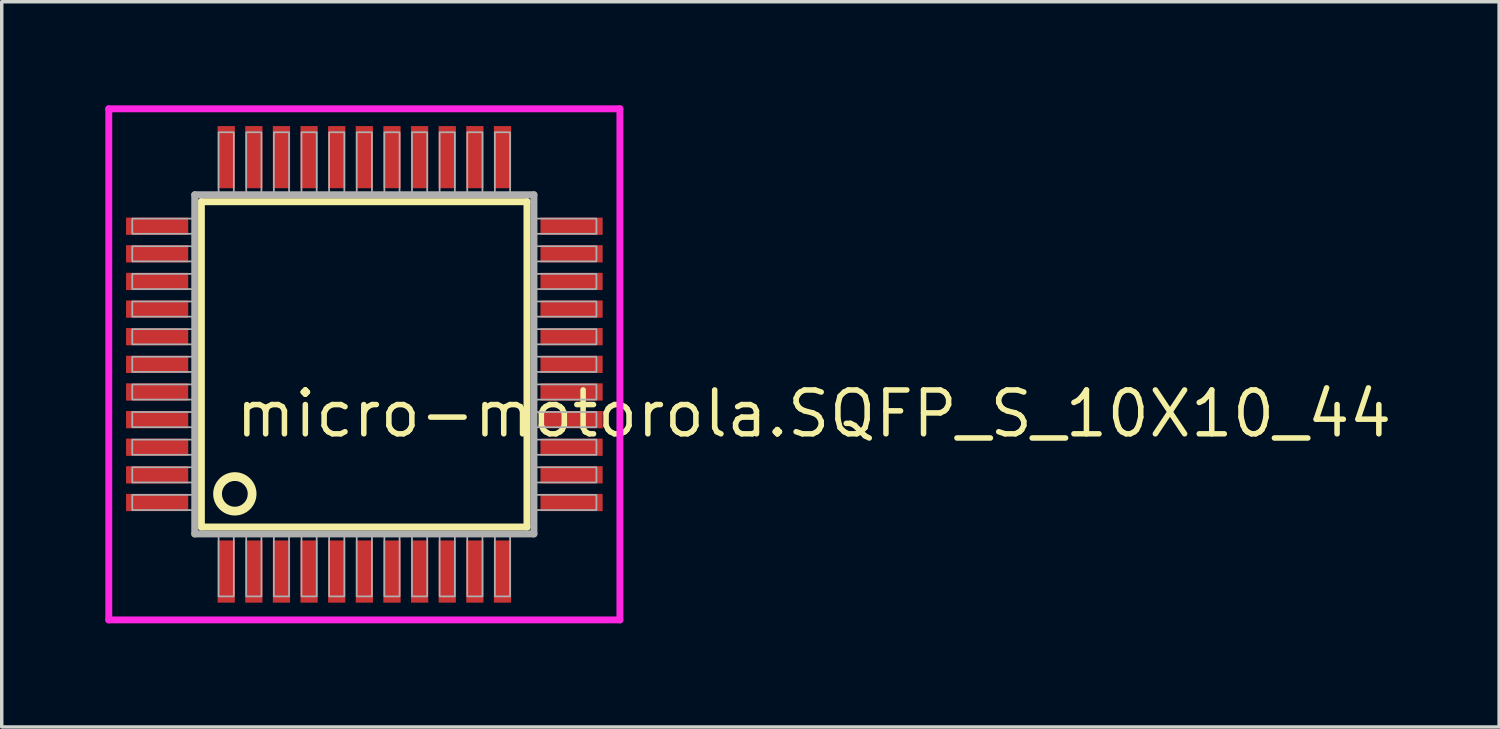
<source format=kicad_pcb>
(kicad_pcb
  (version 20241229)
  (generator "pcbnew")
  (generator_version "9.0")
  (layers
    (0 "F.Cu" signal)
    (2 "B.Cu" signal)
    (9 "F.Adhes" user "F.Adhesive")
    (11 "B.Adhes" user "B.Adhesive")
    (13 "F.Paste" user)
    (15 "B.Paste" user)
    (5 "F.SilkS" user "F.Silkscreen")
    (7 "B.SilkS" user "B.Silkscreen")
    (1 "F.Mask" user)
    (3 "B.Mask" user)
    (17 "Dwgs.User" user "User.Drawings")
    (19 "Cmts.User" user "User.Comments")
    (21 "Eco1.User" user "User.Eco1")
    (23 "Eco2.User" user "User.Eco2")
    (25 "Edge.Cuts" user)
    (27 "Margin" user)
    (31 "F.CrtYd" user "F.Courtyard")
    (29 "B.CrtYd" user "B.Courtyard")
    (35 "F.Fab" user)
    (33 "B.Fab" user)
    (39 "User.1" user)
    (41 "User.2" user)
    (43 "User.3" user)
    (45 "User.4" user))
  (footprint "micro-motorola.SQFP_S_10X10_44"
    (layer "F.Cu")
    (at 7.5 7.5)
    (property "Reference" "micro-motorola.SQFP_S_10X10_44" (at -3.81 2.175 0) (layer "F.SilkS") (effects (font (size 1.27 1.27) (thickness 0.16)) (justify left bottom)))
    (attr smd)
    (fp_line (start -4.72 -4.71) (end 4.71 -4.71) (stroke (width 0.203) (type default)) (layer "F.SilkS"))
    (fp_line (start -4.72 4.71) (end -4.72 -4.71) (stroke (width 0.203) (type default)) (layer "F.SilkS"))
    (fp_line (start 4.71 -4.71) (end 4.71 4.71) (stroke (width 0.203) (type default)) (layer "F.SilkS"))
    (fp_line (start 4.71 4.71) (end -4.72 4.71) (stroke (width 0.203) (type default)) (layer "F.SilkS"))
    (fp_circle (center -3.75 3.75) (end -3.25 3.75) (stroke (width 0.254) (type default)) (fill no) (layer "F.SilkS"))
    (fp_line (start -7.4 -7.4) (end 7.4 -7.4) (stroke (width 0.2) (type default)) (layer "F.CrtYd"))
    (fp_line (start -7.4 7.4) (end -7.4 -7.4) (stroke (width 0.2) (type default)) (layer "F.CrtYd"))
    (fp_line (start 7.4 -7.4) (end 7.4 7.4) (stroke (width 0.2) (type default)) (layer "F.CrtYd"))
    (fp_line (start 7.4 7.4) (end -7.4 7.4) (stroke (width 0.2) (type default)) (layer "F.CrtYd"))
    (fp_line (start -4.91 -4.91) (end -4.91 4.91) (stroke (width 0.203) (type default)) (layer "F.Fab"))
    (fp_line (start -4.91 4.91) (end 4.91 4.91) (stroke (width 0.203) (type default)) (layer "F.Fab"))
    (fp_line (start 4.91 -4.91) (end -4.91 -4.91) (stroke (width 0.203) (type default)) (layer "F.Fab"))
    (fp_line (start 4.91 4.91) (end 4.91 -4.91) (stroke (width 0.203) (type default)) (layer "F.Fab"))
    (fp_rect (start -6.72 -3.78) (end -4.95 -4.22) (stroke (width 0.05) (type default)) (fill no) (layer "F.Fab"))
    (fp_rect (start -6.72 -2.98) (end -4.95 -3.42) (stroke (width 0.05) (type default)) (fill no) (layer "F.Fab"))
    (fp_rect (start -6.72 -2.18) (end -4.95 -2.62) (stroke (width 0.05) (type default)) (fill no) (layer "F.Fab"))
    (fp_rect (start -6.72 -1.38) (end -4.95 -1.82) (stroke (width 0.05) (type default)) (fill no) (layer "F.Fab"))
    (fp_rect (start -6.72 -0.58) (end -4.95 -1.02) (stroke (width 0.05) (type default)) (fill no) (layer "F.Fab"))
    (fp_rect (start -6.72 0.22) (end -4.95 -0.22) (stroke (width 0.05) (type default)) (fill no) (layer "F.Fab"))
    (fp_rect (start -6.72 1.02) (end -4.95 0.58) (stroke (width 0.05) (type default)) (fill no) (layer "F.Fab"))
    (fp_rect (start -6.72 1.82) (end -4.95 1.38) (stroke (width 0.05) (type default)) (fill no) (layer "F.Fab"))
    (fp_rect (start -6.72 2.62) (end -4.95 2.18) (stroke (width 0.05) (type default)) (fill no) (layer "F.Fab"))
    (fp_rect (start -6.72 3.42) (end -4.95 2.98) (stroke (width 0.05) (type default)) (fill no) (layer "F.Fab"))
    (fp_rect (start -6.72 4.22) (end -4.95 3.78) (stroke (width 0.05) (type default)) (fill no) (layer "F.Fab"))
    (fp_rect (start -4.22 -4.95) (end -3.78 -6.72) (stroke (width 0.05) (type default)) (fill no) (layer "F.Fab"))
    (fp_rect (start -4.22 6.72) (end -3.78 4.95) (stroke (width 0.05) (type default)) (fill no) (layer "F.Fab"))
    (fp_rect (start -3.42 -4.95) (end -2.98 -6.72) (stroke (width 0.05) (type default)) (fill no) (layer "F.Fab"))
    (fp_rect (start -3.42 6.72) (end -2.98 4.95) (stroke (width 0.05) (type default)) (fill no) (layer "F.Fab"))
    (fp_rect (start -2.62 -4.95) (end -2.18 -6.72) (stroke (width 0.05) (type default)) (fill no) (layer "F.Fab"))
    (fp_rect (start -2.62 6.72) (end -2.18 4.95) (stroke (width 0.05) (type default)) (fill no) (layer "F.Fab"))
    (fp_rect (start -1.82 -4.95) (end -1.38 -6.72) (stroke (width 0.05) (type default)) (fill no) (layer "F.Fab"))
    (fp_rect (start -1.82 6.72) (end -1.38 4.95) (stroke (width 0.05) (type default)) (fill no) (layer "F.Fab"))
    (fp_rect (start -1.02 -4.95) (end -0.58 -6.72) (stroke (width 0.05) (type default)) (fill no) (layer "F.Fab"))
    (fp_rect (start -1.02 6.72) (end -0.58 4.95) (stroke (width 0.05) (type default)) (fill no) (layer "F.Fab"))
    (fp_rect (start -0.22 -4.95) (end 0.22 -6.72) (stroke (width 0.05) (type default)) (fill no) (layer "F.Fab"))
    (fp_rect (start -0.22 6.72) (end 0.22 4.95) (stroke (width 0.05) (type default)) (fill no) (layer "F.Fab"))
    (fp_rect (start 0.58 -4.95) (end 1.02 -6.72) (stroke (width 0.05) (type default)) (fill no) (layer "F.Fab"))
    (fp_rect (start 0.58 6.72) (end 1.02 4.95) (stroke (width 0.05) (type default)) (fill no) (layer "F.Fab"))
    (fp_rect (start 1.38 -4.95) (end 1.82 -6.72) (stroke (width 0.05) (type default)) (fill no) (layer "F.Fab"))
    (fp_rect (start 1.38 6.72) (end 1.82 4.95) (stroke (width 0.05) (type default)) (fill no) (layer "F.Fab"))
    (fp_rect (start 2.18 -4.95) (end 2.62 -6.72) (stroke (width 0.05) (type default)) (fill no) (layer "F.Fab"))
    (fp_rect (start 2.18 6.72) (end 2.62 4.95) (stroke (width 0.05) (type default)) (fill no) (layer "F.Fab"))
    (fp_rect (start 2.98 -4.95) (end 3.42 -6.72) (stroke (width 0.05) (type default)) (fill no) (layer "F.Fab"))
    (fp_rect (start 2.98 6.72) (end 3.42 4.95) (stroke (width 0.05) (type default)) (fill no) (layer "F.Fab"))
    (fp_rect (start 3.78 -4.95) (end 4.22 -6.72) (stroke (width 0.05) (type default)) (fill no) (layer "F.Fab"))
    (fp_rect (start 3.78 6.72) (end 4.22 4.95) (stroke (width 0.05) (type default)) (fill no) (layer "F.Fab"))
    (fp_rect (start 4.95 -3.78) (end 6.72 -4.22) (stroke (width 0.05) (type default)) (fill no) (layer "F.Fab"))
    (fp_rect (start 4.95 -2.98) (end 6.72 -3.42) (stroke (width 0.05) (type default)) (fill no) (layer "F.Fab"))
    (fp_rect (start 4.95 -2.18) (end 6.72 -2.62) (stroke (width 0.05) (type default)) (fill no) (layer "F.Fab"))
    (fp_rect (start 4.95 -1.38) (end 6.72 -1.82) (stroke (width 0.05) (type default)) (fill no) (layer "F.Fab"))
    (fp_rect (start 4.95 -0.58) (end 6.72 -1.02) (stroke (width 0.05) (type default)) (fill no) (layer "F.Fab"))
    (fp_rect (start 4.95 0.22) (end 6.72 -0.22) (stroke (width 0.05) (type default)) (fill no) (layer "F.Fab"))
    (fp_rect (start 4.95 1.02) (end 6.72 0.58) (stroke (width 0.05) (type default)) (fill no) (layer "F.Fab"))
    (fp_rect (start 4.95 1.82) (end 6.72 1.38) (stroke (width 0.05) (type default)) (fill no) (layer "F.Fab"))
    (fp_rect (start 4.95 2.62) (end 6.72 2.18) (stroke (width 0.05) (type default)) (fill no) (layer "F.Fab"))
    (fp_rect (start 4.95 3.42) (end 6.72 2.98) (stroke (width 0.05) (type default)) (fill no) (layer "F.Fab"))
    (fp_rect (start 4.95 4.22) (end 6.72 3.78) (stroke (width 0.05) (type default)) (fill no) (layer "F.Fab"))
    (pad "1" smd roundrect (at -4 6) (size 0.5 1.8) (layers "F.Cu" "F.Mask" "F.Paste") (roundrect_rratio 0.01))
    (pad "2" smd roundrect (at -3.2 6) (size 0.5 1.8) (layers "F.Cu" "F.Mask" "F.Paste") (roundrect_rratio 0.01))
    (pad "3" smd roundrect (at -2.4 6) (size 0.5 1.8) (layers "F.Cu" "F.Mask" "F.Paste") (roundrect_rratio 0.01))
    (pad "4" smd roundrect (at -1.6 6) (size 0.5 1.8) (layers "F.Cu" "F.Mask" "F.Paste") (roundrect_rratio 0.01))
    (pad "5" smd roundrect (at -0.8 6) (size 0.5 1.8) (layers "F.Cu" "F.Mask" "F.Paste") (roundrect_rratio 0.01))
    (pad "6" smd roundrect (at 0 6) (size 0.5 1.8) (layers "F.Cu" "F.Mask" "F.Paste") (roundrect_rratio 0.01))
    (pad "7" smd roundrect (at 0.8 6) (size 0.5 1.8) (layers "F.Cu" "F.Mask" "F.Paste") (roundrect_rratio 0.01))
    (pad "8" smd roundrect (at 1.6 6) (size 0.5 1.8) (layers "F.Cu" "F.Mask" "F.Paste") (roundrect_rratio 0.01))
    (pad "9" smd roundrect (at 2.4 6) (size 0.5 1.8) (layers "F.Cu" "F.Mask" "F.Paste") (roundrect_rratio 0.01))
    (pad "10" smd roundrect (at 3.2 6) (size 0.5 1.8) (layers "F.Cu" "F.Mask" "F.Paste") (roundrect_rratio 0.01))
    (pad "11" smd roundrect (at 4 6) (size 0.5 1.8) (layers "F.Cu" "F.Mask" "F.Paste") (roundrect_rratio 0.01))
    (pad "12" smd roundrect (at 6 4) (size 1.8 0.5) (layers "F.Cu" "F.Mask" "F.Paste") (roundrect_rratio 0.01))
    (pad "13" smd roundrect (at 6 3.2) (size 1.8 0.5) (layers "F.Cu" "F.Mask" "F.Paste") (roundrect_rratio 0.01))
    (pad "14" smd roundrect (at 6 2.4) (size 1.8 0.5) (layers "F.Cu" "F.Mask" "F.Paste") (roundrect_rratio 0.01))
    (pad "15" smd roundrect (at 6 1.6) (size 1.8 0.5) (layers "F.Cu" "F.Mask" "F.Paste") (roundrect_rratio 0.01))
    (pad "16" smd roundrect (at 6 0.8) (size 1.8 0.5) (layers "F.Cu" "F.Mask" "F.Paste") (roundrect_rratio 0.01))
    (pad "17" smd roundrect (at 6 0) (size 1.8 0.5) (layers "F.Cu" "F.Mask" "F.Paste") (roundrect_rratio 0.01))
    (pad "18" smd roundrect (at 6 -0.8) (size 1.8 0.5) (layers "F.Cu" "F.Mask" "F.Paste") (roundrect_rratio 0.01))
    (pad "19" smd roundrect (at 6 -1.6) (size 1.8 0.5) (layers "F.Cu" "F.Mask" "F.Paste") (roundrect_rratio 0.01))
    (pad "20" smd roundrect (at 6 -2.4) (size 1.8 0.5) (layers "F.Cu" "F.Mask" "F.Paste") (roundrect_rratio 0.01))
    (pad "21" smd roundrect (at 6 -3.2) (size 1.8 0.5) (layers "F.Cu" "F.Mask" "F.Paste") (roundrect_rratio 0.01))
    (pad "22" smd roundrect (at 6 -4) (size 1.8 0.5) (layers "F.Cu" "F.Mask" "F.Paste") (roundrect_rratio 0.01))
    (pad "23" smd roundrect (at 4 -6) (size 0.5 1.8) (layers "F.Cu" "F.Mask" "F.Paste") (roundrect_rratio 0.01))
    (pad "24" smd roundrect (at 3.2 -6) (size 0.5 1.8) (layers "F.Cu" "F.Mask" "F.Paste") (roundrect_rratio 0.01))
    (pad "25" smd roundrect (at 2.4 -6) (size 0.5 1.8) (layers "F.Cu" "F.Mask" "F.Paste") (roundrect_rratio 0.01))
    (pad "26" smd roundrect (at 1.6 -6) (size 0.5 1.8) (layers "F.Cu" "F.Mask" "F.Paste") (roundrect_rratio 0.01))
    (pad "27" smd roundrect (at 0.8 -6) (size 0.5 1.8) (layers "F.Cu" "F.Mask" "F.Paste") (roundrect_rratio 0.01))
    (pad "28" smd roundrect (at 0 -6) (size 0.5 1.8) (layers "F.Cu" "F.Mask" "F.Paste") (roundrect_rratio 0.01))
    (pad "29" smd roundrect (at -0.8 -6) (size 0.5 1.8) (layers "F.Cu" "F.Mask" "F.Paste") (roundrect_rratio 0.01))
    (pad "30" smd roundrect (at -1.6 -6) (size 0.5 1.8) (layers "F.Cu" "F.Mask" "F.Paste") (roundrect_rratio 0.01))
    (pad "31" smd roundrect (at -2.4 -6) (size 0.5 1.8) (layers "F.Cu" "F.Mask" "F.Paste") (roundrect_rratio 0.01))
    (pad "32" smd roundrect (at -3.2 -6) (size 0.5 1.8) (layers "F.Cu" "F.Mask" "F.Paste") (roundrect_rratio 0.01))
    (pad "33" smd roundrect (at -4 -6) (size 0.5 1.8) (layers "F.Cu" "F.Mask" "F.Paste") (roundrect_rratio 0.01))
    (pad "34" smd roundrect (at -6 -4) (size 1.8 0.5) (layers "F.Cu" "F.Mask" "F.Paste") (roundrect_rratio 0.01))
    (pad "35" smd roundrect (at -6 -3.2) (size 1.8 0.5) (layers "F.Cu" "F.Mask" "F.Paste") (roundrect_rratio 0.01))
    (pad "36" smd roundrect (at -6 -2.4) (size 1.8 0.5) (layers "F.Cu" "F.Mask" "F.Paste") (roundrect_rratio 0.01))
    (pad "37" smd roundrect (at -6 -1.6) (size 1.8 0.5) (layers "F.Cu" "F.Mask" "F.Paste") (roundrect_rratio 0.01))
    (pad "38" smd roundrect (at -6 -0.8) (size 1.8 0.5) (layers "F.Cu" "F.Mask" "F.Paste") (roundrect_rratio 0.01))
    (pad "39" smd roundrect (at -6 0) (size 1.8 0.5) (layers "F.Cu" "F.Mask" "F.Paste") (roundrect_rratio 0.01))
    (pad "40" smd roundrect (at -6 0.8) (size 1.8 0.5) (layers "F.Cu" "F.Mask" "F.Paste") (roundrect_rratio 0.01))
    (pad "41" smd roundrect (at -6 1.6) (size 1.8 0.5) (layers "F.Cu" "F.Mask" "F.Paste") (roundrect_rratio 0.01))
    (pad "42" smd roundrect (at -6 2.4) (size 1.8 0.5) (layers "F.Cu" "F.Mask" "F.Paste") (roundrect_rratio 0.01))
    (pad "43" smd roundrect (at -6 3.2) (size 1.8 0.5) (layers "F.Cu" "F.Mask" "F.Paste") (roundrect_rratio 0.01))
    (pad "44" smd roundrect (at -6 4) (size 1.8 0.5) (layers "F.Cu" "F.Mask" "F.Paste") (roundrect_rratio 0.01)))
  (gr_rect
    (start -3 -3)
    (end 40.359 18)
    (stroke (width 0.1) (type default))
    (fill no)
    (layer "Edge.Cuts")))
</source>
